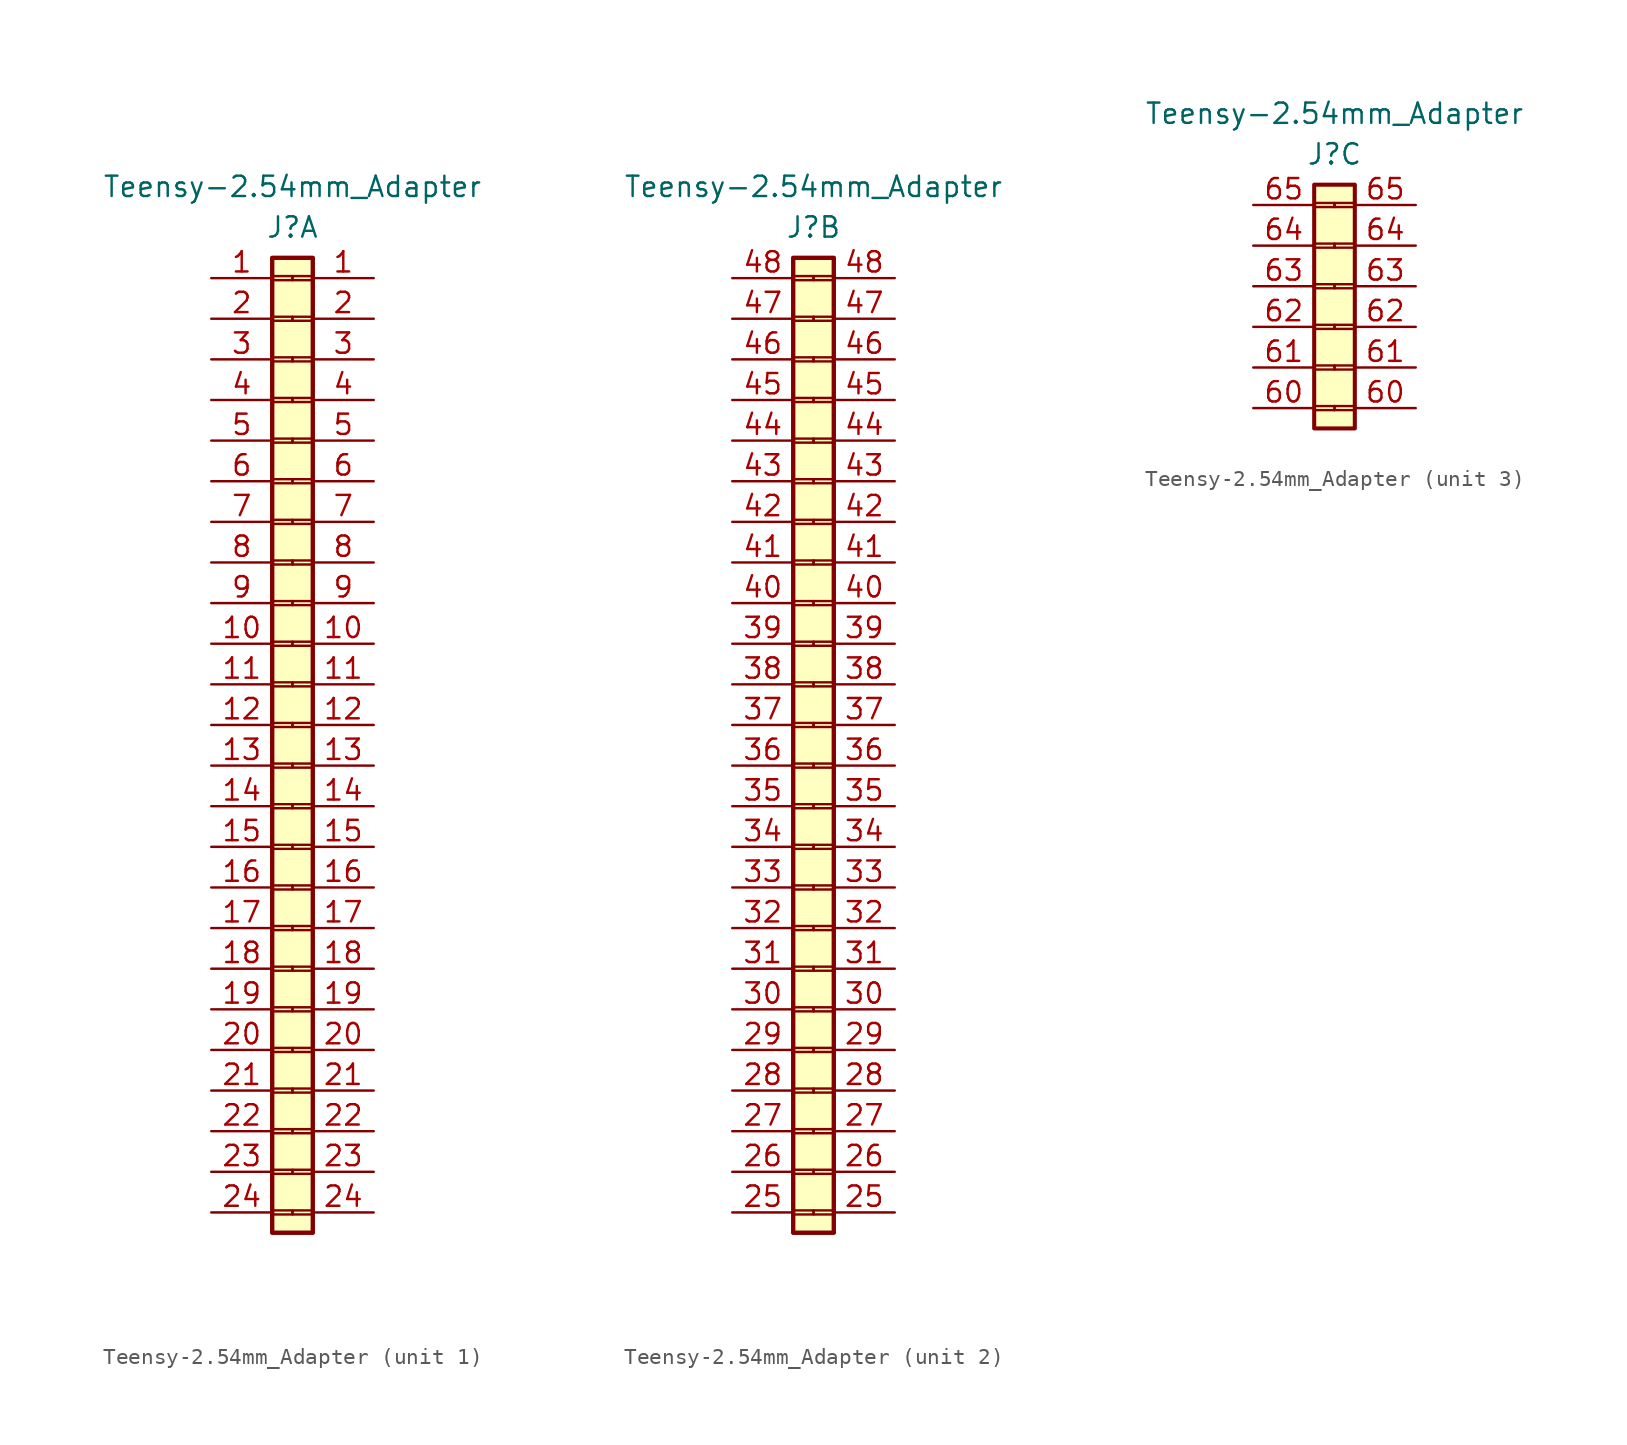
<source format=kicad_sym>
(kicad_symbol_lib
  (version 20211014)
  (generator kicad_symbol_editor)
  (symbol "Teensy-2.54mm_Adapter"
    (property "Reference" "J"
      (at 0 1.905 0)
      (effects (font (size 1.27 1.27))))
    (property "Value" "Teensy-2.54mm_Adapter"
      (at 0 4.445 0)
      (effects (font (size 1.27 1.27))))
    (property "ki_locked" ""
      (at 0 0 0)
      (effects (font (size 1.27 1.27))))
    (symbol "Teensy-2.54mm_Adapter_1_1"
      (rectangle (start -1.27 -60.96) (end 1.27 0) (stroke (width 0.254) (type default) (color 0 0 0 0)) (fill (type background)))
      (rectangle (start -1.27 -59.563) (end 0 -59.817) (stroke (width 0.152) (type default) (color 0 0 0 0)) (fill (type none)))
      (rectangle (start -1.27 -57.023) (end 0 -57.277) (stroke (width 0.152) (type default) (color 0 0 0 0)) (fill (type none)))
      (rectangle (start -1.27 -54.483) (end 0 -54.737) (stroke (width 0.152) (type default) (color 0 0 0 0)) (fill (type none)))
      (rectangle (start -1.27 -51.943) (end 0 -52.197) (stroke (width 0.152) (type default) (color 0 0 0 0)) (fill (type none)))
      (rectangle (start -1.27 -49.403) (end 0 -49.657) (stroke (width 0.152) (type default) (color 0 0 0 0)) (fill (type none)))
      (rectangle (start -1.27 -46.863) (end 0 -47.117) (stroke (width 0.152) (type default) (color 0 0 0 0)) (fill (type none)))
      (rectangle (start -1.27 -44.323) (end 0 -44.577) (stroke (width 0.152) (type default) (color 0 0 0 0)) (fill (type none)))
      (rectangle (start -1.27 -41.783) (end 0 -42.037) (stroke (width 0.152) (type default) (color 0 0 0 0)) (fill (type none)))
      (rectangle (start -1.27 -39.243) (end 0 -39.497) (stroke (width 0.152) (type default) (color 0 0 0 0)) (fill (type none)))
      (rectangle (start -1.27 -36.703) (end 0 -36.957) (stroke (width 0.152) (type default) (color 0 0 0 0)) (fill (type none)))
      (rectangle (start -1.27 -34.163) (end 0 -34.417) (stroke (width 0.152) (type default) (color 0 0 0 0)) (fill (type none)))
      (rectangle (start -1.27 -31.623) (end 0 -31.877) (stroke (width 0.152) (type default) (color 0 0 0 0)) (fill (type none)))
      (rectangle (start -1.27 -29.083) (end 0 -29.337) (stroke (width 0.152) (type default) (color 0 0 0 0)) (fill (type none)))
      (rectangle (start -1.27 -26.543) (end 0 -26.797) (stroke (width 0.152) (type default) (color 0 0 0 0)) (fill (type none)))
      (rectangle (start -1.27 -24.003) (end 0 -24.257) (stroke (width 0.152) (type default) (color 0 0 0 0)) (fill (type none)))
      (rectangle (start -1.27 -21.463) (end 0 -21.717) (stroke (width 0.152) (type default) (color 0 0 0 0)) (fill (type none)))
      (rectangle (start -1.27 -18.923) (end 0 -19.177) (stroke (width 0.152) (type default) (color 0 0 0 0)) (fill (type none)))
      (rectangle (start -1.27 -16.383) (end 0 -16.637) (stroke (width 0.152) (type default) (color 0 0 0 0)) (fill (type none)))
      (rectangle (start -1.27 -13.843) (end 0 -14.097) (stroke (width 0.152) (type default) (color 0 0 0 0)) (fill (type none)))
      (rectangle (start -1.27 -11.303) (end 0 -11.557) (stroke (width 0.152) (type default) (color 0 0 0 0)) (fill (type none)))
      (rectangle (start -1.27 -8.763) (end 0 -9.017) (stroke (width 0.152) (type default) (color 0 0 0 0)) (fill (type none)))
      (rectangle (start -1.27 -6.223) (end 0 -6.477) (stroke (width 0.152) (type default) (color 0 0 0 0)) (fill (type none)))
      (rectangle (start -1.27 -3.683) (end 0 -3.937) (stroke (width 0.152) (type default) (color 0 0 0 0)) (fill (type none)))
      (rectangle (start -1.27 -1.143) (end 0 -1.397) (stroke (width 0.152) (type default) (color 0 0 0 0)) (fill (type none)))
      (rectangle (start -1.27 0) (end 1.27 -60.96) (stroke (width 0.254) (type default) (color 0 0 0 0)) (fill (type background)))
      (rectangle (start 0 -59.817) (end 1.27 -59.563) (stroke (width 0.152) (type default) (color 0 0 0 0)) (fill (type none)))
      (rectangle (start 0 -57.277) (end 1.27 -57.023) (stroke (width 0.152) (type default) (color 0 0 0 0)) (fill (type none)))
      (rectangle (start 0 -54.737) (end 1.27 -54.483) (stroke (width 0.152) (type default) (color 0 0 0 0)) (fill (type none)))
      (rectangle (start 0 -52.197) (end 1.27 -51.943) (stroke (width 0.152) (type default) (color 0 0 0 0)) (fill (type none)))
      (rectangle (start 0 -49.657) (end 1.27 -49.403) (stroke (width 0.152) (type default) (color 0 0 0 0)) (fill (type none)))
      (rectangle (start 0 -47.117) (end 1.27 -46.863) (stroke (width 0.152) (type default) (color 0 0 0 0)) (fill (type none)))
      (rectangle (start 0 -44.577) (end 1.27 -44.323) (stroke (width 0.152) (type default) (color 0 0 0 0)) (fill (type none)))
      (rectangle (start 0 -42.037) (end 1.27 -41.783) (stroke (width 0.152) (type default) (color 0 0 0 0)) (fill (type none)))
      (rectangle (start 0 -39.497) (end 1.27 -39.243) (stroke (width 0.152) (type default) (color 0 0 0 0)) (fill (type none)))
      (rectangle (start 0 -36.957) (end 1.27 -36.703) (stroke (width 0.152) (type default) (color 0 0 0 0)) (fill (type none)))
      (rectangle (start 0 -34.417) (end 1.27 -34.163) (stroke (width 0.152) (type default) (color 0 0 0 0)) (fill (type none)))
      (rectangle (start 0 -31.877) (end 1.27 -31.623) (stroke (width 0.152) (type default) (color 0 0 0 0)) (fill (type none)))
      (rectangle (start 0 -29.337) (end 1.27 -29.083) (stroke (width 0.152) (type default) (color 0 0 0 0)) (fill (type none)))
      (rectangle (start 0 -26.797) (end 1.27 -26.543) (stroke (width 0.152) (type default) (color 0 0 0 0)) (fill (type none)))
      (rectangle (start 0 -24.257) (end 1.27 -24.003) (stroke (width 0.152) (type default) (color 0 0 0 0)) (fill (type none)))
      (rectangle (start 0 -21.717) (end 1.27 -21.463) (stroke (width 0.152) (type default) (color 0 0 0 0)) (fill (type none)))
      (rectangle (start 0 -19.177) (end 1.27 -18.923) (stroke (width 0.152) (type default) (color 0 0 0 0)) (fill (type none)))
      (rectangle (start 0 -16.637) (end 1.27 -16.383) (stroke (width 0.152) (type default) (color 0 0 0 0)) (fill (type none)))
      (rectangle (start 0 -14.097) (end 1.27 -13.843) (stroke (width 0.152) (type default) (color 0 0 0 0)) (fill (type none)))
      (rectangle (start 0 -11.557) (end 1.27 -11.303) (stroke (width 0.152) (type default) (color 0 0 0 0)) (fill (type none)))
      (rectangle (start 0 -9.017) (end 1.27 -8.763) (stroke (width 0.152) (type default) (color 0 0 0 0)) (fill (type none)))
      (rectangle (start 0 -6.477) (end 1.27 -6.223) (stroke (width 0.152) (type default) (color 0 0 0 0)) (fill (type none)))
      (rectangle (start 0 -3.937) (end 1.27 -3.683) (stroke (width 0.152) (type default) (color 0 0 0 0)) (fill (type none)))
      (rectangle (start 0 -1.397) (end 1.27 -1.143) (stroke (width 0.152) (type default) (color 0 0 0 0)) (fill (type none)))
      (pin passive line (at -5.08 -1.27 0) (length 3.81) (name "" (effects (font (size 1.27 1.27)))) (number "1" (effects (font (size 1.27 1.27)))))
      (pin passive line (at 5.08 -1.27 180) (length 3.81) (name "" (effects (font (size 1.27 1.27)))) (number "1" (effects (font (size 1.27 1.27)))))
      (pin passive line (at -5.08 -24.13 0) (length 3.81) (name "" (effects (font (size 1.27 1.27)))) (number "10" (effects (font (size 1.27 1.27)))))
      (pin passive line (at 5.08 -24.13 180) (length 3.81) (name "" (effects (font (size 1.27 1.27)))) (number "10" (effects (font (size 1.27 1.27)))))
      (pin passive line (at -5.08 -26.67 0) (length 3.81) (name "" (effects (font (size 1.27 1.27)))) (number "11" (effects (font (size 1.27 1.27)))))
      (pin passive line (at 5.08 -26.67 180) (length 3.81) (name "" (effects (font (size 1.27 1.27)))) (number "11" (effects (font (size 1.27 1.27)))))
      (pin passive line (at -5.08 -29.21 0) (length 3.81) (name "" (effects (font (size 1.27 1.27)))) (number "12" (effects (font (size 1.27 1.27)))))
      (pin passive line (at 5.08 -29.21 180) (length 3.81) (name "" (effects (font (size 1.27 1.27)))) (number "12" (effects (font (size 1.27 1.27)))))
      (pin passive line (at -5.08 -31.75 0) (length 3.81) (name "" (effects (font (size 1.27 1.27)))) (number "13" (effects (font (size 1.27 1.27)))))
      (pin passive line (at 5.08 -31.75 180) (length 3.81) (name "" (effects (font (size 1.27 1.27)))) (number "13" (effects (font (size 1.27 1.27)))))
      (pin passive line (at -5.08 -34.29 0) (length 3.81) (name "" (effects (font (size 1.27 1.27)))) (number "14" (effects (font (size 1.27 1.27)))))
      (pin passive line (at 5.08 -34.29 180) (length 3.81) (name "" (effects (font (size 1.27 1.27)))) (number "14" (effects (font (size 1.27 1.27)))))
      (pin passive line (at -5.08 -36.83 0) (length 3.81) (name "" (effects (font (size 1.27 1.27)))) (number "15" (effects (font (size 1.27 1.27)))))
      (pin passive line (at 5.08 -36.83 180) (length 3.81) (name "" (effects (font (size 1.27 1.27)))) (number "15" (effects (font (size 1.27 1.27)))))
      (pin passive line (at -5.08 -39.37 0) (length 3.81) (name "" (effects (font (size 1.27 1.27)))) (number "16" (effects (font (size 1.27 1.27)))))
      (pin passive line (at 5.08 -39.37 180) (length 3.81) (name "" (effects (font (size 1.27 1.27)))) (number "16" (effects (font (size 1.27 1.27)))))
      (pin passive line (at -5.08 -41.91 0) (length 3.81) (name "" (effects (font (size 1.27 1.27)))) (number "17" (effects (font (size 1.27 1.27)))))
      (pin passive line (at 5.08 -41.91 180) (length 3.81) (name "" (effects (font (size 1.27 1.27)))) (number "17" (effects (font (size 1.27 1.27)))))
      (pin passive line (at -5.08 -44.45 0) (length 3.81) (name "" (effects (font (size 1.27 1.27)))) (number "18" (effects (font (size 1.27 1.27)))))
      (pin passive line (at 5.08 -44.45 180) (length 3.81) (name "" (effects (font (size 1.27 1.27)))) (number "18" (effects (font (size 1.27 1.27)))))
      (pin passive line (at -5.08 -46.99 0) (length 3.81) (name "" (effects (font (size 1.27 1.27)))) (number "19" (effects (font (size 1.27 1.27)))))
      (pin passive line (at 5.08 -46.99 180) (length 3.81) (name "" (effects (font (size 1.27 1.27)))) (number "19" (effects (font (size 1.27 1.27)))))
      (pin passive line (at -5.08 -3.81 0) (length 3.81) (name "" (effects (font (size 1.27 1.27)))) (number "2" (effects (font (size 1.27 1.27)))))
      (pin passive line (at 5.08 -3.81 180) (length 3.81) (name "" (effects (font (size 1.27 1.27)))) (number "2" (effects (font (size 1.27 1.27)))))
      (pin passive line (at -5.08 -49.53 0) (length 3.81) (name "" (effects (font (size 1.27 1.27)))) (number "20" (effects (font (size 1.27 1.27)))))
      (pin passive line (at 5.08 -49.53 180) (length 3.81) (name "" (effects (font (size 1.27 1.27)))) (number "20" (effects (font (size 1.27 1.27)))))
      (pin passive line (at -5.08 -52.07 0) (length 3.81) (name "" (effects (font (size 1.27 1.27)))) (number "21" (effects (font (size 1.27 1.27)))))
      (pin passive line (at 5.08 -52.07 180) (length 3.81) (name "" (effects (font (size 1.27 1.27)))) (number "21" (effects (font (size 1.27 1.27)))))
      (pin passive line (at -5.08 -54.61 0) (length 3.81) (name "" (effects (font (size 1.27 1.27)))) (number "22" (effects (font (size 1.27 1.27)))))
      (pin passive line (at 5.08 -54.61 180) (length 3.81) (name "" (effects (font (size 1.27 1.27)))) (number "22" (effects (font (size 1.27 1.27)))))
      (pin passive line (at -5.08 -57.15 0) (length 3.81) (name "" (effects (font (size 1.27 1.27)))) (number "23" (effects (font (size 1.27 1.27)))))
      (pin passive line (at 5.08 -57.15 180) (length 3.81) (name "" (effects (font (size 1.27 1.27)))) (number "23" (effects (font (size 1.27 1.27)))))
      (pin passive line (at -5.08 -59.69 0) (length 3.81) (name "" (effects (font (size 1.27 1.27)))) (number "24" (effects (font (size 1.27 1.27)))))
      (pin passive line (at 5.08 -59.69 180) (length 3.81) (name "" (effects (font (size 1.27 1.27)))) (number "24" (effects (font (size 1.27 1.27)))))
      (pin passive line (at -5.08 -6.35 0) (length 3.81) (name "" (effects (font (size 1.27 1.27)))) (number "3" (effects (font (size 1.27 1.27)))))
      (pin passive line (at 5.08 -6.35 180) (length 3.81) (name "" (effects (font (size 1.27 1.27)))) (number "3" (effects (font (size 1.27 1.27)))))
      (pin passive line (at -5.08 -8.89 0) (length 3.81) (name "" (effects (font (size 1.27 1.27)))) (number "4" (effects (font (size 1.27 1.27)))))
      (pin passive line (at 5.08 -8.89 180) (length 3.81) (name "" (effects (font (size 1.27 1.27)))) (number "4" (effects (font (size 1.27 1.27)))))
      (pin passive line (at -5.08 -11.43 0) (length 3.81) (name "" (effects (font (size 1.27 1.27)))) (number "5" (effects (font (size 1.27 1.27)))))
      (pin passive line (at 5.08 -11.43 180) (length 3.81) (name "" (effects (font (size 1.27 1.27)))) (number "5" (effects (font (size 1.27 1.27)))))
      (pin passive line (at -5.08 -13.97 0) (length 3.81) (name "" (effects (font (size 1.27 1.27)))) (number "6" (effects (font (size 1.27 1.27)))))
      (pin passive line (at 5.08 -13.97 180) (length 3.81) (name "" (effects (font (size 1.27 1.27)))) (number "6" (effects (font (size 1.27 1.27)))))
      (pin passive line (at -5.08 -16.51 0) (length 3.81) (name "" (effects (font (size 1.27 1.27)))) (number "7" (effects (font (size 1.27 1.27)))))
      (pin passive line (at 5.08 -16.51 180) (length 3.81) (name "" (effects (font (size 1.27 1.27)))) (number "7" (effects (font (size 1.27 1.27)))))
      (pin passive line (at -5.08 -19.05 0) (length 3.81) (name "" (effects (font (size 1.27 1.27)))) (number "8" (effects (font (size 1.27 1.27)))))
      (pin passive line (at 5.08 -19.05 180) (length 3.81) (name "" (effects (font (size 1.27 1.27)))) (number "8" (effects (font (size 1.27 1.27)))))
      (pin passive line (at -5.08 -21.59 0) (length 3.81) (name "" (effects (font (size 1.27 1.27)))) (number "9" (effects (font (size 1.27 1.27)))))
      (pin passive line (at 5.08 -21.59 180) (length 3.81) (name "" (effects (font (size 1.27 1.27)))) (number "9" (effects (font (size 1.27 1.27))))))
    (symbol "Teensy-2.54mm_Adapter_2_1"
      (rectangle (start -1.27 -60.96) (end 1.27 0) (stroke (width 0.254) (type default) (color 0 0 0 0)) (fill (type background)))
      (rectangle (start -1.27 -59.563) (end 0 -59.817) (stroke (width 0.152) (type default) (color 0 0 0 0)) (fill (type none)))
      (rectangle (start -1.27 -57.023) (end 0 -57.277) (stroke (width 0.152) (type default) (color 0 0 0 0)) (fill (type none)))
      (rectangle (start -1.27 -54.483) (end 0 -54.737) (stroke (width 0.152) (type default) (color 0 0 0 0)) (fill (type none)))
      (rectangle (start -1.27 -51.943) (end 0 -52.197) (stroke (width 0.152) (type default) (color 0 0 0 0)) (fill (type none)))
      (rectangle (start -1.27 -49.403) (end 0 -49.657) (stroke (width 0.152) (type default) (color 0 0 0 0)) (fill (type none)))
      (rectangle (start -1.27 -46.863) (end 0 -47.117) (stroke (width 0.152) (type default) (color 0 0 0 0)) (fill (type none)))
      (rectangle (start -1.27 -44.323) (end 0 -44.577) (stroke (width 0.152) (type default) (color 0 0 0 0)) (fill (type none)))
      (rectangle (start -1.27 -41.783) (end 0 -42.037) (stroke (width 0.152) (type default) (color 0 0 0 0)) (fill (type none)))
      (rectangle (start -1.27 -39.243) (end 0 -39.497) (stroke (width 0.152) (type default) (color 0 0 0 0)) (fill (type none)))
      (rectangle (start -1.27 -36.703) (end 0 -36.957) (stroke (width 0.152) (type default) (color 0 0 0 0)) (fill (type none)))
      (rectangle (start -1.27 -34.163) (end 0 -34.417) (stroke (width 0.152) (type default) (color 0 0 0 0)) (fill (type none)))
      (rectangle (start -1.27 -31.623) (end 0 -31.877) (stroke (width 0.152) (type default) (color 0 0 0 0)) (fill (type none)))
      (rectangle (start -1.27 -29.083) (end 0 -29.337) (stroke (width 0.152) (type default) (color 0 0 0 0)) (fill (type none)))
      (rectangle (start -1.27 -26.543) (end 0 -26.797) (stroke (width 0.152) (type default) (color 0 0 0 0)) (fill (type none)))
      (rectangle (start -1.27 -24.003) (end 0 -24.257) (stroke (width 0.152) (type default) (color 0 0 0 0)) (fill (type none)))
      (rectangle (start -1.27 -21.463) (end 0 -21.717) (stroke (width 0.152) (type default) (color 0 0 0 0)) (fill (type none)))
      (rectangle (start -1.27 -18.923) (end 0 -19.177) (stroke (width 0.152) (type default) (color 0 0 0 0)) (fill (type none)))
      (rectangle (start -1.27 -16.383) (end 0 -16.637) (stroke (width 0.152) (type default) (color 0 0 0 0)) (fill (type none)))
      (rectangle (start -1.27 -13.843) (end 0 -14.097) (stroke (width 0.152) (type default) (color 0 0 0 0)) (fill (type none)))
      (rectangle (start -1.27 -11.303) (end 0 -11.557) (stroke (width 0.152) (type default) (color 0 0 0 0)) (fill (type none)))
      (rectangle (start -1.27 -8.763) (end 0 -9.017) (stroke (width 0.152) (type default) (color 0 0 0 0)) (fill (type none)))
      (rectangle (start -1.27 -6.223) (end 0 -6.477) (stroke (width 0.152) (type default) (color 0 0 0 0)) (fill (type none)))
      (rectangle (start -1.27 -3.683) (end 0 -3.937) (stroke (width 0.152) (type default) (color 0 0 0 0)) (fill (type none)))
      (rectangle (start -1.27 -1.143) (end 0 -1.397) (stroke (width 0.152) (type default) (color 0 0 0 0)) (fill (type none)))
      (rectangle (start -1.27 0) (end 1.27 -60.96) (stroke (width 0.254) (type default) (color 0 0 0 0)) (fill (type background)))
      (rectangle (start 0 -59.817) (end 1.27 -59.563) (stroke (width 0.152) (type default) (color 0 0 0 0)) (fill (type none)))
      (rectangle (start 0 -57.277) (end 1.27 -57.023) (stroke (width 0.152) (type default) (color 0 0 0 0)) (fill (type none)))
      (rectangle (start 0 -54.737) (end 1.27 -54.483) (stroke (width 0.152) (type default) (color 0 0 0 0)) (fill (type none)))
      (rectangle (start 0 -52.197) (end 1.27 -51.943) (stroke (width 0.152) (type default) (color 0 0 0 0)) (fill (type none)))
      (rectangle (start 0 -49.657) (end 1.27 -49.403) (stroke (width 0.152) (type default) (color 0 0 0 0)) (fill (type none)))
      (rectangle (start 0 -47.117) (end 1.27 -46.863) (stroke (width 0.152) (type default) (color 0 0 0 0)) (fill (type none)))
      (rectangle (start 0 -44.577) (end 1.27 -44.323) (stroke (width 0.152) (type default) (color 0 0 0 0)) (fill (type none)))
      (rectangle (start 0 -42.037) (end 1.27 -41.783) (stroke (width 0.152) (type default) (color 0 0 0 0)) (fill (type none)))
      (rectangle (start 0 -39.497) (end 1.27 -39.243) (stroke (width 0.152) (type default) (color 0 0 0 0)) (fill (type none)))
      (rectangle (start 0 -36.957) (end 1.27 -36.703) (stroke (width 0.152) (type default) (color 0 0 0 0)) (fill (type none)))
      (rectangle (start 0 -34.417) (end 1.27 -34.163) (stroke (width 0.152) (type default) (color 0 0 0 0)) (fill (type none)))
      (rectangle (start 0 -31.877) (end 1.27 -31.623) (stroke (width 0.152) (type default) (color 0 0 0 0)) (fill (type none)))
      (rectangle (start 0 -29.337) (end 1.27 -29.083) (stroke (width 0.152) (type default) (color 0 0 0 0)) (fill (type none)))
      (rectangle (start 0 -26.797) (end 1.27 -26.543) (stroke (width 0.152) (type default) (color 0 0 0 0)) (fill (type none)))
      (rectangle (start 0 -24.257) (end 1.27 -24.003) (stroke (width 0.152) (type default) (color 0 0 0 0)) (fill (type none)))
      (rectangle (start 0 -21.717) (end 1.27 -21.463) (stroke (width 0.152) (type default) (color 0 0 0 0)) (fill (type none)))
      (rectangle (start 0 -19.177) (end 1.27 -18.923) (stroke (width 0.152) (type default) (color 0 0 0 0)) (fill (type none)))
      (rectangle (start 0 -16.637) (end 1.27 -16.383) (stroke (width 0.152) (type default) (color 0 0 0 0)) (fill (type none)))
      (rectangle (start 0 -14.097) (end 1.27 -13.843) (stroke (width 0.152) (type default) (color 0 0 0 0)) (fill (type none)))
      (rectangle (start 0 -11.557) (end 1.27 -11.303) (stroke (width 0.152) (type default) (color 0 0 0 0)) (fill (type none)))
      (rectangle (start 0 -9.017) (end 1.27 -8.763) (stroke (width 0.152) (type default) (color 0 0 0 0)) (fill (type none)))
      (rectangle (start 0 -6.477) (end 1.27 -6.223) (stroke (width 0.152) (type default) (color 0 0 0 0)) (fill (type none)))
      (rectangle (start 0 -3.937) (end 1.27 -3.683) (stroke (width 0.152) (type default) (color 0 0 0 0)) (fill (type none)))
      (rectangle (start 0 -1.397) (end 1.27 -1.143) (stroke (width 0.152) (type default) (color 0 0 0 0)) (fill (type none)))
      (pin passive line (at -5.08 -59.69 0) (length 3.81) (name "" (effects (font (size 1.27 1.27)))) (number "25" (effects (font (size 1.27 1.27)))))
      (pin passive line (at 5.08 -59.69 180) (length 3.81) (name "" (effects (font (size 1.27 1.27)))) (number "25" (effects (font (size 1.27 1.27)))))
      (pin passive line (at -5.08 -57.15 0) (length 3.81) (name "" (effects (font (size 1.27 1.27)))) (number "26" (effects (font (size 1.27 1.27)))))
      (pin passive line (at 5.08 -57.15 180) (length 3.81) (name "" (effects (font (size 1.27 1.27)))) (number "26" (effects (font (size 1.27 1.27)))))
      (pin passive line (at -5.08 -54.61 0) (length 3.81) (name "" (effects (font (size 1.27 1.27)))) (number "27" (effects (font (size 1.27 1.27)))))
      (pin passive line (at 5.08 -54.61 180) (length 3.81) (name "" (effects (font (size 1.27 1.27)))) (number "27" (effects (font (size 1.27 1.27)))))
      (pin passive line (at -5.08 -52.07 0) (length 3.81) (name "" (effects (font (size 1.27 1.27)))) (number "28" (effects (font (size 1.27 1.27)))))
      (pin passive line (at 5.08 -52.07 180) (length 3.81) (name "" (effects (font (size 1.27 1.27)))) (number "28" (effects (font (size 1.27 1.27)))))
      (pin passive line (at -5.08 -49.53 0) (length 3.81) (name "" (effects (font (size 1.27 1.27)))) (number "29" (effects (font (size 1.27 1.27)))))
      (pin passive line (at 5.08 -49.53 180) (length 3.81) (name "" (effects (font (size 1.27 1.27)))) (number "29" (effects (font (size 1.27 1.27)))))
      (pin passive line (at -5.08 -46.99 0) (length 3.81) (name "" (effects (font (size 1.27 1.27)))) (number "30" (effects (font (size 1.27 1.27)))))
      (pin passive line (at 5.08 -46.99 180) (length 3.81) (name "" (effects (font (size 1.27 1.27)))) (number "30" (effects (font (size 1.27 1.27)))))
      (pin passive line (at -5.08 -44.45 0) (length 3.81) (name "" (effects (font (size 1.27 1.27)))) (number "31" (effects (font (size 1.27 1.27)))))
      (pin passive line (at 5.08 -44.45 180) (length 3.81) (name "" (effects (font (size 1.27 1.27)))) (number "31" (effects (font (size 1.27 1.27)))))
      (pin passive line (at -5.08 -41.91 0) (length 3.81) (name "" (effects (font (size 1.27 1.27)))) (number "32" (effects (font (size 1.27 1.27)))))
      (pin passive line (at 5.08 -41.91 180) (length 3.81) (name "" (effects (font (size 1.27 1.27)))) (number "32" (effects (font (size 1.27 1.27)))))
      (pin passive line (at -5.08 -39.37 0) (length 3.81) (name "" (effects (font (size 1.27 1.27)))) (number "33" (effects (font (size 1.27 1.27)))))
      (pin passive line (at 5.08 -39.37 180) (length 3.81) (name "" (effects (font (size 1.27 1.27)))) (number "33" (effects (font (size 1.27 1.27)))))
      (pin passive line (at -5.08 -36.83 0) (length 3.81) (name "" (effects (font (size 1.27 1.27)))) (number "34" (effects (font (size 1.27 1.27)))))
      (pin passive line (at 5.08 -36.83 180) (length 3.81) (name "" (effects (font (size 1.27 1.27)))) (number "34" (effects (font (size 1.27 1.27)))))
      (pin passive line (at -5.08 -34.29 0) (length 3.81) (name "" (effects (font (size 1.27 1.27)))) (number "35" (effects (font (size 1.27 1.27)))))
      (pin passive line (at 5.08 -34.29 180) (length 3.81) (name "" (effects (font (size 1.27 1.27)))) (number "35" (effects (font (size 1.27 1.27)))))
      (pin passive line (at -5.08 -31.75 0) (length 3.81) (name "" (effects (font (size 1.27 1.27)))) (number "36" (effects (font (size 1.27 1.27)))))
      (pin passive line (at 5.08 -31.75 180) (length 3.81) (name "" (effects (font (size 1.27 1.27)))) (number "36" (effects (font (size 1.27 1.27)))))
      (pin passive line (at -5.08 -29.21 0) (length 3.81) (name "" (effects (font (size 1.27 1.27)))) (number "37" (effects (font (size 1.27 1.27)))))
      (pin passive line (at 5.08 -29.21 180) (length 3.81) (name "" (effects (font (size 1.27 1.27)))) (number "37" (effects (font (size 1.27 1.27)))))
      (pin passive line (at -5.08 -26.67 0) (length 3.81) (name "" (effects (font (size 1.27 1.27)))) (number "38" (effects (font (size 1.27 1.27)))))
      (pin passive line (at 5.08 -26.67 180) (length 3.81) (name "" (effects (font (size 1.27 1.27)))) (number "38" (effects (font (size 1.27 1.27)))))
      (pin passive line (at -5.08 -24.13 0) (length 3.81) (name "" (effects (font (size 1.27 1.27)))) (number "39" (effects (font (size 1.27 1.27)))))
      (pin passive line (at 5.08 -24.13 180) (length 3.81) (name "" (effects (font (size 1.27 1.27)))) (number "39" (effects (font (size 1.27 1.27)))))
      (pin passive line (at -5.08 -21.59 0) (length 3.81) (name "" (effects (font (size 1.27 1.27)))) (number "40" (effects (font (size 1.27 1.27)))))
      (pin passive line (at 5.08 -21.59 180) (length 3.81) (name "" (effects (font (size 1.27 1.27)))) (number "40" (effects (font (size 1.27 1.27)))))
      (pin passive line (at -5.08 -19.05 0) (length 3.81) (name "" (effects (font (size 1.27 1.27)))) (number "41" (effects (font (size 1.27 1.27)))))
      (pin passive line (at 5.08 -19.05 180) (length 3.81) (name "" (effects (font (size 1.27 1.27)))) (number "41" (effects (font (size 1.27 1.27)))))
      (pin passive line (at -5.08 -16.51 0) (length 3.81) (name "" (effects (font (size 1.27 1.27)))) (number "42" (effects (font (size 1.27 1.27)))))
      (pin passive line (at 5.08 -16.51 180) (length 3.81) (name "" (effects (font (size 1.27 1.27)))) (number "42" (effects (font (size 1.27 1.27)))))
      (pin passive line (at -5.08 -13.97 0) (length 3.81) (name "" (effects (font (size 1.27 1.27)))) (number "43" (effects (font (size 1.27 1.27)))))
      (pin passive line (at 5.08 -13.97 180) (length 3.81) (name "" (effects (font (size 1.27 1.27)))) (number "43" (effects (font (size 1.27 1.27)))))
      (pin passive line (at -5.08 -11.43 0) (length 3.81) (name "" (effects (font (size 1.27 1.27)))) (number "44" (effects (font (size 1.27 1.27)))))
      (pin passive line (at 5.08 -11.43 180) (length 3.81) (name "" (effects (font (size 1.27 1.27)))) (number "44" (effects (font (size 1.27 1.27)))))
      (pin passive line (at -5.08 -8.89 0) (length 3.81) (name "" (effects (font (size 1.27 1.27)))) (number "45" (effects (font (size 1.27 1.27)))))
      (pin passive line (at 5.08 -8.89 180) (length 3.81) (name "" (effects (font (size 1.27 1.27)))) (number "45" (effects (font (size 1.27 1.27)))))
      (pin passive line (at -5.08 -6.35 0) (length 3.81) (name "" (effects (font (size 1.27 1.27)))) (number "46" (effects (font (size 1.27 1.27)))))
      (pin passive line (at 5.08 -6.35 180) (length 3.81) (name "" (effects (font (size 1.27 1.27)))) (number "46" (effects (font (size 1.27 1.27)))))
      (pin passive line (at -5.08 -3.81 0) (length 3.81) (name "" (effects (font (size 1.27 1.27)))) (number "47" (effects (font (size 1.27 1.27)))))
      (pin passive line (at 5.08 -3.81 180) (length 3.81) (name "" (effects (font (size 1.27 1.27)))) (number "47" (effects (font (size 1.27 1.27)))))
      (pin passive line (at -5.08 -1.27 0) (length 3.81) (name "" (effects (font (size 1.27 1.27)))) (number "48" (effects (font (size 1.27 1.27)))))
      (pin passive line (at 5.08 -1.27 180) (length 3.81) (name "" (effects (font (size 1.27 1.27)))) (number "48" (effects (font (size 1.27 1.27))))))
    (symbol "Teensy-2.54mm_Adapter_3_1"
      (rectangle (start -1.27 -13.843) (end 0 -14.097) (stroke (width 0.152) (type default) (color 0 0 0 0)) (fill (type none)))
      (rectangle (start -1.27 -11.303) (end 0 -11.557) (stroke (width 0.152) (type default) (color 0 0 0 0)) (fill (type none)))
      (rectangle (start -1.27 -8.763) (end 0 -9.017) (stroke (width 0.152) (type default) (color 0 0 0 0)) (fill (type none)))
      (rectangle (start -1.27 -6.223) (end 0 -6.477) (stroke (width 0.152) (type default) (color 0 0 0 0)) (fill (type none)))
      (rectangle (start -1.27 -3.683) (end 0 -3.937) (stroke (width 0.152) (type default) (color 0 0 0 0)) (fill (type none)))
      (rectangle (start -1.27 -1.143) (end 0 -1.397) (stroke (width 0.152) (type default) (color 0 0 0 0)) (fill (type none)))
      (rectangle (start -1.27 0) (end 1.27 -15.24) (stroke (width 0.254) (type default) (color 0 0 0 0)) (fill (type background)))
      (rectangle (start 0 -14.097) (end 1.27 -13.843) (stroke (width 0.152) (type default) (color 0 0 0 0)) (fill (type none)))
      (rectangle (start 0 -11.557) (end 1.27 -11.303) (stroke (width 0.152) (type default) (color 0 0 0 0)) (fill (type none)))
      (rectangle (start 0 -9.017) (end 1.27 -8.763) (stroke (width 0.152) (type default) (color 0 0 0 0)) (fill (type none)))
      (rectangle (start 0 -6.477) (end 1.27 -6.223) (stroke (width 0.152) (type default) (color 0 0 0 0)) (fill (type none)))
      (rectangle (start 0 -3.937) (end 1.27 -3.683) (stroke (width 0.152) (type default) (color 0 0 0 0)) (fill (type none)))
      (rectangle (start 0 -1.397) (end 1.27 -1.143) (stroke (width 0.152) (type default) (color 0 0 0 0)) (fill (type none)))
      (pin passive line (at -5.08 -13.97 0) (length 3.81) (name "" (effects (font (size 1.27 1.27)))) (number "60" (effects (font (size 1.27 1.27)))))
      (pin passive line (at 5.08 -13.97 180) (length 3.81) (name "" (effects (font (size 1.27 1.27)))) (number "60" (effects (font (size 1.27 1.27)))))
      (pin passive line (at -5.08 -11.43 0) (length 3.81) (name "" (effects (font (size 1.27 1.27)))) (number "61" (effects (font (size 1.27 1.27)))))
      (pin passive line (at 5.08 -11.43 180) (length 3.81) (name "" (effects (font (size 1.27 1.27)))) (number "61" (effects (font (size 1.27 1.27)))))
      (pin passive line (at -5.08 -8.89 0) (length 3.81) (name "" (effects (font (size 1.27 1.27)))) (number "62" (effects (font (size 1.27 1.27)))))
      (pin passive line (at 5.08 -8.89 180) (length 3.81) (name "" (effects (font (size 1.27 1.27)))) (number "62" (effects (font (size 1.27 1.27)))))
      (pin passive line (at -5.08 -6.35 0) (length 3.81) (name "" (effects (font (size 1.27 1.27)))) (number "63" (effects (font (size 1.27 1.27)))))
      (pin passive line (at 5.08 -6.35 180) (length 3.81) (name "" (effects (font (size 1.27 1.27)))) (number "63" (effects (font (size 1.27 1.27)))))
      (pin passive line (at -5.08 -3.81 0) (length 3.81) (name "" (effects (font (size 1.27 1.27)))) (number "64" (effects (font (size 1.27 1.27)))))
      (pin passive line (at 5.08 -3.81 180) (length 3.81) (name "" (effects (font (size 1.27 1.27)))) (number "64" (effects (font (size 1.27 1.27)))))
      (pin passive line (at -5.08 -1.27 0) (length 3.81) (name "" (effects (font (size 1.27 1.27)))) (number "65" (effects (font (size 1.27 1.27)))))
      (pin passive line (at 5.08 -1.27 180) (length 3.81) (name "" (effects (font (size 1.27 1.27)))) (number "65" (effects (font (size 1.27 1.27))))))))
</source>
